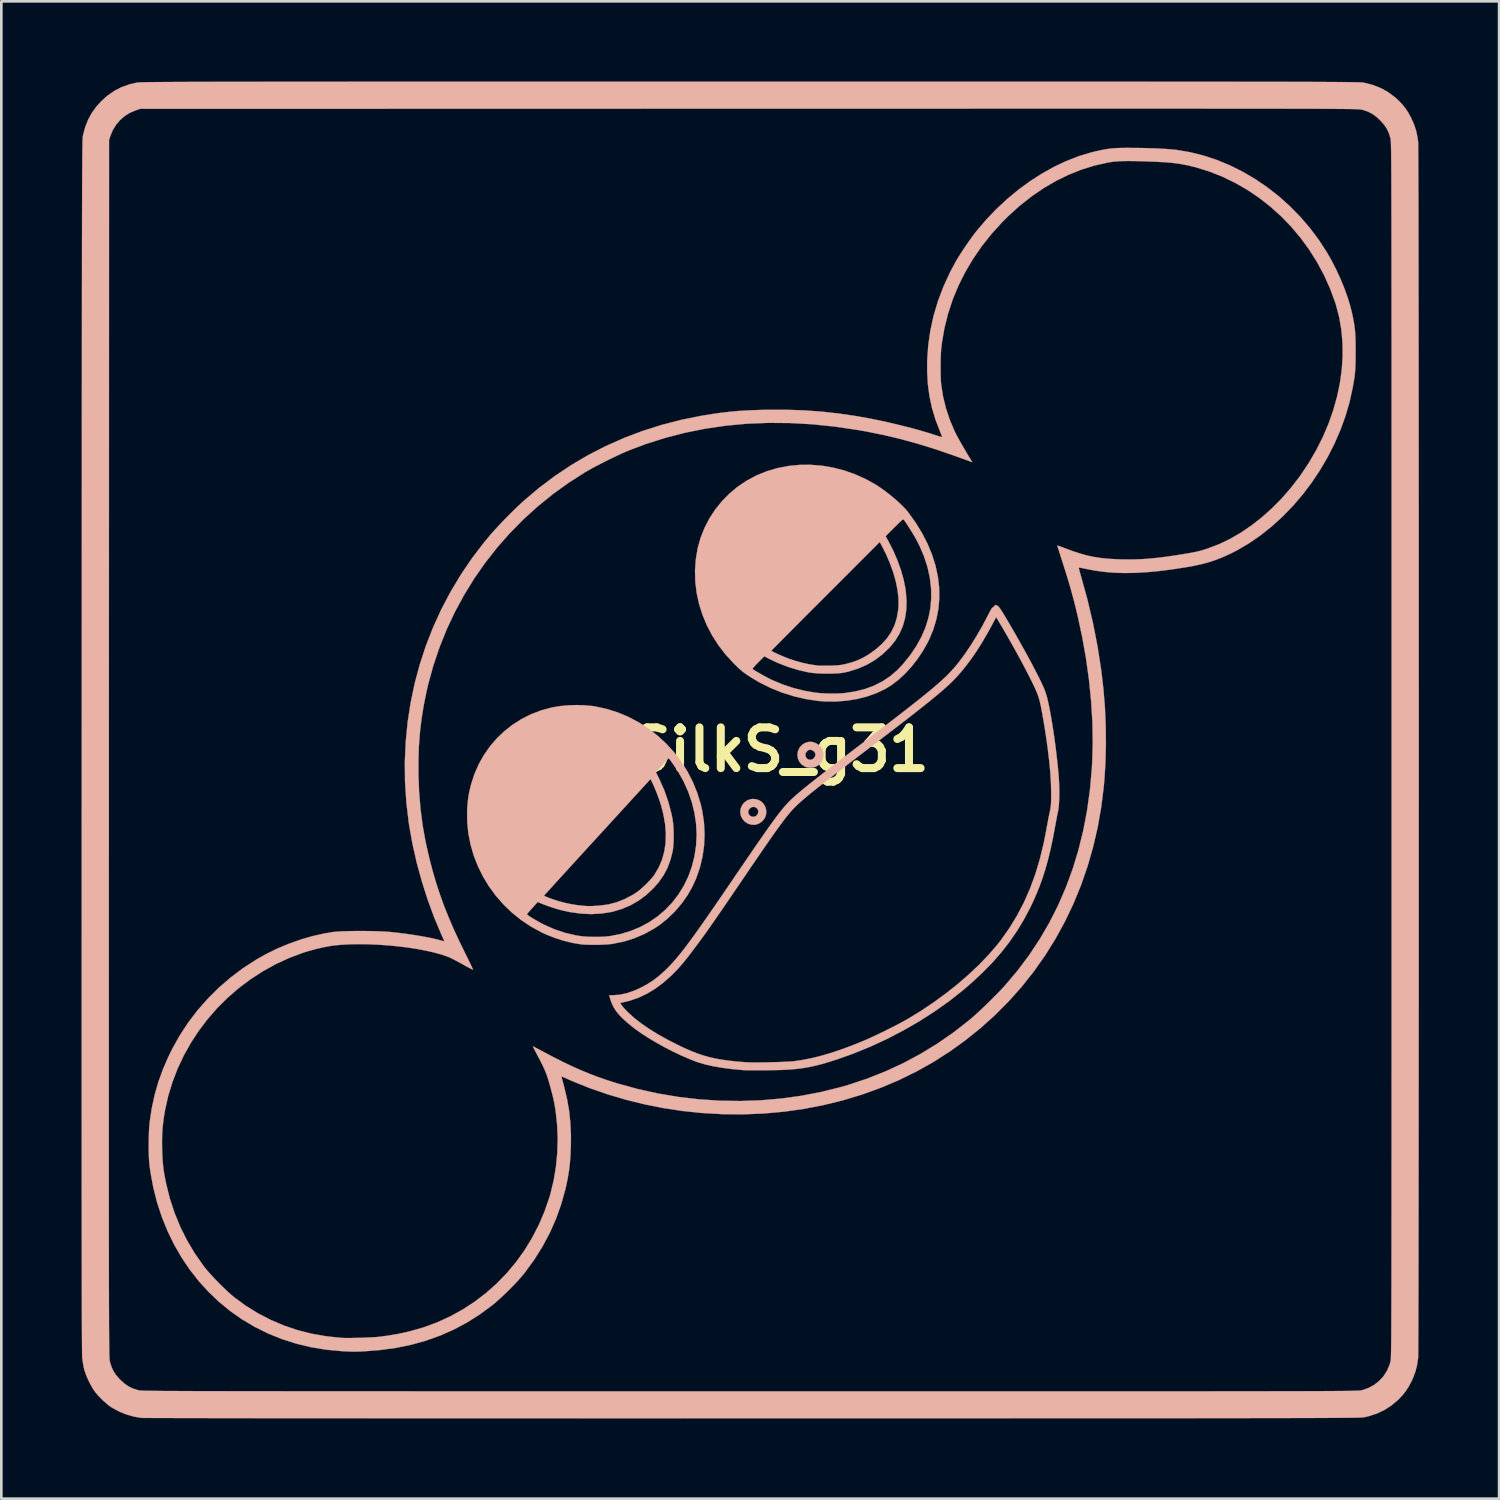
<source format=kicad_pcb>
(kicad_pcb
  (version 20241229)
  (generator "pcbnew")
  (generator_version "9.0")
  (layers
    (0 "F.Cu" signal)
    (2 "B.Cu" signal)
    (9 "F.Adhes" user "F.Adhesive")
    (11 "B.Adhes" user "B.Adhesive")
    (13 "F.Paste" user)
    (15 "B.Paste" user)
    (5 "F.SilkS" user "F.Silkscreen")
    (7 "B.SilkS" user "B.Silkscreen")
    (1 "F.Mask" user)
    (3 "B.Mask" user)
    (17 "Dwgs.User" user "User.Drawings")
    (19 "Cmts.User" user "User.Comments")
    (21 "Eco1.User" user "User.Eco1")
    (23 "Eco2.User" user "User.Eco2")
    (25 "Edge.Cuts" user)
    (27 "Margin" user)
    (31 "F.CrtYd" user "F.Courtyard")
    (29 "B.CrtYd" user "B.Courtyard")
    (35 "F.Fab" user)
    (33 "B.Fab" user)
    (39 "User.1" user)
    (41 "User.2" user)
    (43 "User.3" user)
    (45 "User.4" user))
  (footprint "B.SilkS_g31"
    (layer "F.Cu")
    (at 25 24.992)
    (property "Reference" "B.SilkS_g31" (at 0 0 0) (layer "F.SilkS") (effects (font (size 1.524 1.524) (thickness 0.3))))
    (attr through_hole)
    (fp_poly (pts (xy 0.268 1.861) (xy 0.385 1.912) (xy 0.481 1.99) (xy 0.552 2.088) (xy 0.598 2.201) (xy 0.615 2.321) (xy 0.601 2.443) (xy 0.555 2.56) (xy 0.473 2.667) (xy 0.443 2.695) (xy 0.322 2.773) (xy 0.192 2.81) (xy 0.055 2.806) (xy -0.076 2.765) (xy -0.193 2.689) (xy -0.28 2.59) (xy -0.336 2.475) (xy -0.359 2.35) (xy -0.357 2.322) (xy -0.064 2.322) (xy -0.046 2.405) (xy 0.001 2.467) (xy 0.066 2.505) (xy 0.141 2.513) (xy 0.216 2.488) (xy 0.256 2.457) (xy 0.303 2.385) (xy 0.316 2.308) (xy 0.296 2.236) (xy 0.248 2.178) (xy 0.176 2.144) (xy 0.131 2.139) (xy 0.059 2.156) (xy -0.005 2.202) (xy -0.05 2.265) (xy -0.064 2.322) (xy -0.357 2.322) (xy -0.349 2.223) (xy -0.305 2.101) (xy -0.225 1.99) (xy -0.209 1.975) (xy -0.095 1.893) (xy 0.034 1.85) (xy 0.132 1.842) (xy 0.268 1.861)) (stroke (width 0.01) (type solid)) (fill yes) (layer "B.SilkS"))
    (fp_poly (pts (xy 2.376 -0.28) (xy 2.483 -0.237) (xy 2.579 -0.175) (xy 2.639 -0.118) (xy 2.71 -0.001) (xy 2.745 0.126) (xy 2.745 0.256) (xy 2.712 0.381) (xy 2.647 0.494) (xy 2.552 0.587) (xy 2.466 0.638) (xy 2.358 0.668) (xy 2.236 0.675) (xy 2.118 0.657) (xy 2.064 0.637) (xy 1.941 0.56) (xy 1.852 0.456) (xy 1.797 0.33) (xy 1.779 0.191) (xy 1.78 0.18) (xy 2.074 0.18) (xy 2.074 0.18) (xy 2.091 0.268) (xy 2.136 0.334) (xy 2.2 0.372) (xy 2.274 0.38) (xy 2.351 0.353) (xy 2.393 0.319) (xy 2.441 0.247) (xy 2.452 0.171) (xy 2.428 0.1) (xy 2.374 0.043) (xy 2.293 0.009) (xy 2.282 0.007) (xy 2.226 0.004) (xy 2.184 0.02) (xy 2.139 0.059) (xy 2.092 0.121) (xy 2.074 0.18) (xy 1.78 0.18) (xy 1.798 0.052) (xy 1.854 -0.07) (xy 1.939 -0.17) (xy 2.05 -0.245) (xy 2.181 -0.288) (xy 2.278 -0.296) (xy 2.376 -0.28)) (stroke (width 0.01) (type solid)) (fill yes) (layer "B.SilkS"))
    (fp_poly (pts (xy -6.156 -1.659) (xy -5.868 -1.63) (xy -5.8 -1.62) (xy -5.366 -1.526) (xy -4.946 -1.394) (xy -4.542 -1.226) (xy -4.157 -1.022) (xy -3.791 -0.787) (xy -3.448 -0.52) (xy -3.129 -0.225) (xy -2.837 0.096) (xy -2.572 0.443) (xy -2.339 0.811) (xy -2.138 1.201) (xy -1.971 1.609) (xy -1.841 2.033) (xy -1.781 2.297) (xy -1.717 2.723) (xy -1.695 3.15) (xy -1.712 3.574) (xy -1.77 3.992) (xy -1.867 4.401) (xy -2.003 4.798) (xy -2.149 5.122) (xy -2.332 5.444) (xy -2.55 5.753) (xy -2.797 6.043) (xy -3.069 6.309) (xy -3.359 6.543) (xy -3.572 6.687) (xy -3.939 6.89) (xy -4.32 7.054) (xy -4.715 7.177) (xy -5.125 7.261) (xy -5.183 7.269) (xy -5.306 7.282) (xy -5.46 7.292) (xy -5.632 7.298) (xy -5.812 7.3) (xy -5.989 7.298) (xy -6.151 7.293) (xy -6.288 7.284) (xy -6.339 7.278) (xy -6.647 7.225) (xy -6.971 7.145) (xy -7.297 7.04) (xy -7.612 6.917) (xy -7.792 6.834) (xy -8.185 6.62) (xy -8.554 6.374) (xy -8.824 6.156) (xy -8.34 6.156) (xy -8.322 6.176) (xy -8.273 6.212) (xy -8.2 6.261) (xy -8.108 6.317) (xy -8.005 6.379) (xy -7.895 6.441) (xy -7.787 6.501) (xy -7.685 6.553) (xy -7.684 6.554) (xy -7.308 6.719) (xy -6.917 6.85) (xy -6.519 6.944) (xy -6.329 6.974) (xy -6.173 6.99) (xy -5.991 7) (xy -5.796 7.003) (xy -5.6 7.001) (xy -5.417 6.992) (xy -5.26 6.977) (xy -5.231 6.973) (xy -4.832 6.895) (xy -4.452 6.779) (xy -4.093 6.629) (xy -3.757 6.445) (xy -3.444 6.23) (xy -3.158 5.985) (xy -2.899 5.711) (xy -2.669 5.411) (xy -2.47 5.087) (xy -2.302 4.739) (xy -2.169 4.37) (xy -2.072 3.981) (xy -2.012 3.58) (xy -1.992 3.176) (xy -2.013 2.768) (xy -2.074 2.361) (xy -2.174 1.957) (xy -2.312 1.56) (xy -2.487 1.172) (xy -2.698 0.798) (xy -2.907 0.49) (xy -3.037 0.314) (xy -3.161 0.448) (xy -3.238 0.533) (xy -3.323 0.627) (xy -3.398 0.711) (xy -3.4 0.713) (xy -3.516 0.843) (xy -3.401 1.072) (xy -3.207 1.504) (xy -3.05 1.953) (xy -2.93 2.411) (xy -2.896 2.582) (xy -2.872 2.75) (xy -2.857 2.943) (xy -2.849 3.147) (xy -2.85 3.352) (xy -2.859 3.546) (xy -2.876 3.716) (xy -2.888 3.789) (xy -2.968 4.113) (xy -3.078 4.412) (xy -3.223 4.689) (xy -3.403 4.949) (xy -3.608 5.183) (xy -3.876 5.434) (xy -4.161 5.646) (xy -4.464 5.82) (xy -4.786 5.957) (xy -5.13 6.059) (xy -5.192 6.073) (xy -5.559 6.131) (xy -5.939 6.151) (xy -6.333 6.131) (xy -6.742 6.073) (xy -7.019 6.012) (xy -7.186 5.968) (xy -7.369 5.911) (xy -7.555 5.849) (xy -7.726 5.785) (xy -7.836 5.74) (xy -7.935 5.696) (xy -8.137 5.92) (xy -8.21 6) (xy -8.271 6.07) (xy -8.315 6.123) (xy -8.338 6.152) (xy -8.34 6.156) (xy -8.824 6.156) (xy -8.897 6.098) (xy -9.212 5.796) (xy -9.499 5.469) (xy -9.506 5.459) (xy -7.7 5.459) (xy -7.684 5.473) (xy -7.634 5.496) (xy -7.559 5.527) (xy -7.464 5.562) (xy -7.357 5.6) (xy -7.245 5.637) (xy -7.136 5.671) (xy -7.101 5.682) (xy -6.901 5.733) (xy -6.688 5.778) (xy -6.472 5.813) (xy -6.264 5.838) (xy -6.073 5.851) (xy -5.91 5.851) (xy -5.895 5.85) (xy -5.821 5.845) (xy -5.725 5.839) (xy -5.625 5.832) (xy -5.613 5.831) (xy -5.299 5.79) (xy -4.986 5.708) (xy -4.68 5.588) (xy -4.385 5.432) (xy -4.264 5.355) (xy -4.14 5.263) (xy -4.006 5.148) (xy -3.87 5.02) (xy -3.743 4.889) (xy -3.636 4.764) (xy -3.577 4.686) (xy -3.414 4.413) (xy -3.289 4.122) (xy -3.202 3.814) (xy -3.153 3.488) (xy -3.143 3.145) (xy -3.171 2.785) (xy -3.238 2.408) (xy -3.312 2.119) (xy -3.393 1.864) (xy -3.492 1.598) (xy -3.601 1.339) (xy -3.636 1.263) (xy -3.715 1.097) (xy -5.704 3.271) (xy -5.941 3.529) (xy -6.169 3.779) (xy -6.388 4.018) (xy -6.595 4.245) (xy -6.79 4.459) (xy -6.97 4.656) (xy -7.135 4.836) (xy -7.281 4.997) (xy -7.409 5.137) (xy -7.515 5.254) (xy -7.599 5.347) (xy -7.658 5.413) (xy -7.692 5.451) (xy -7.7 5.459) (xy -9.506 5.459) (xy -9.755 5.12) (xy -9.98 4.752) (xy -10.171 4.366) (xy -10.328 3.966) (xy -10.448 3.554) (xy -10.531 3.132) (xy -10.574 2.703) (xy -10.577 2.298) (xy -10.563 2.054) (xy -10.54 1.835) (xy -10.506 1.624) (xy -10.457 1.406) (xy -10.434 1.315) (xy -10.309 0.925) (xy -10.148 0.555) (xy -9.953 0.206) (xy -9.726 -0.12) (xy -9.469 -0.42) (xy -9.184 -0.693) (xy -8.873 -0.936) (xy -8.539 -1.148) (xy -8.183 -1.327) (xy -7.808 -1.47) (xy -7.415 -1.576) (xy -7.377 -1.584) (xy -7.089 -1.631) (xy -6.78 -1.66) (xy -6.465 -1.669) (xy -6.156 -1.659)) (stroke (width 0.01) (type solid)) (fill yes) (layer "B.SilkS"))
    (fp_poly (pts (xy 2.694 -10.622) (xy 3.116 -10.551) (xy 3.535 -10.442) (xy 3.946 -10.296) (xy 4.348 -10.114) (xy 4.699 -9.918) (xy 4.876 -9.803) (xy 5.061 -9.671) (xy 5.247 -9.527) (xy 5.428 -9.376) (xy 5.596 -9.226) (xy 5.744 -9.082) (xy 5.866 -8.95) (xy 5.913 -8.892) (xy 6.198 -8.495) (xy 6.444 -8.094) (xy 6.651 -7.69) (xy 6.818 -7.284) (xy 6.945 -6.878) (xy 7.032 -6.472) (xy 7.079 -6.069) (xy 7.086 -5.669) (xy 7.052 -5.272) (xy 6.977 -4.882) (xy 6.862 -4.498) (xy 6.705 -4.121) (xy 6.654 -4.017) (xy 6.473 -3.695) (xy 6.269 -3.39) (xy 6.046 -3.105) (xy 5.808 -2.846) (xy 5.559 -2.615) (xy 5.303 -2.419) (xy 5.068 -2.274) (xy 4.738 -2.117) (xy 4.384 -1.99) (xy 4.008 -1.895) (xy 3.617 -1.832) (xy 3.215 -1.801) (xy 2.808 -1.804) (xy 2.561 -1.823) (xy 2.104 -1.89) (xy 1.647 -1.996) (xy 1.196 -2.138) (xy 0.758 -2.316) (xy 0.34 -2.525) (xy 0.041 -2.704) (xy -0.084 -2.786) (xy -0.187 -2.856) (xy -0.275 -2.923) (xy -0.361 -2.995) (xy -0.391 -3.023) (xy 0.098 -3.023) (xy 0.123 -3.002) (xy 0.178 -2.965) (xy 0.257 -2.917) (xy 0.354 -2.861) (xy 0.46 -2.8) (xy 0.57 -2.74) (xy 0.676 -2.683) (xy 0.771 -2.634) (xy 0.83 -2.606) (xy 1.219 -2.443) (xy 1.626 -2.307) (xy 2.04 -2.203) (xy 2.449 -2.133) (xy 2.482 -2.129) (xy 2.653 -2.113) (xy 2.848 -2.103) (xy 3.053 -2.099) (xy 3.254 -2.1) (xy 3.438 -2.108) (xy 3.552 -2.118) (xy 3.942 -2.178) (xy 4.305 -2.27) (xy 4.643 -2.395) (xy 4.956 -2.553) (xy 5.244 -2.745) (xy 5.511 -2.972) (xy 5.713 -3.184) (xy 5.99 -3.526) (xy 6.224 -3.872) (xy 6.418 -4.222) (xy 6.57 -4.577) (xy 6.682 -4.939) (xy 6.749 -5.281) (xy 6.784 -5.659) (xy 6.777 -6.045) (xy 6.73 -6.434) (xy 6.644 -6.827) (xy 6.518 -7.219) (xy 6.353 -7.608) (xy 6.202 -7.902) (xy 6.15 -7.992) (xy 6.087 -8.097) (xy 6.018 -8.209) (xy 5.948 -8.32) (xy 5.881 -8.423) (xy 5.822 -8.511) (xy 5.776 -8.576) (xy 5.749 -8.609) (xy 5.734 -8.612) (xy 5.707 -8.598) (xy 5.663 -8.564) (xy 5.601 -8.507) (xy 5.516 -8.425) (xy 5.405 -8.316) (xy 5.401 -8.311) (xy 5.077 -7.986) (xy 5.193 -7.777) (xy 5.367 -7.434) (xy 5.52 -7.081) (xy 5.648 -6.725) (xy 5.747 -6.375) (xy 5.816 -6.038) (xy 5.831 -5.936) (xy 5.86 -5.58) (xy 5.852 -5.243) (xy 5.806 -4.926) (xy 5.722 -4.627) (xy 5.6 -4.347) (xy 5.441 -4.084) (xy 5.243 -3.84) (xy 5.209 -3.804) (xy 4.948 -3.558) (xy 4.669 -3.348) (xy 4.368 -3.173) (xy 4.043 -3.032) (xy 3.692 -2.922) (xy 3.535 -2.886) (xy 3.414 -2.867) (xy 3.261 -2.853) (xy 3.085 -2.846) (xy 2.896 -2.844) (xy 2.704 -2.847) (xy 2.518 -2.856) (xy 2.347 -2.871) (xy 2.202 -2.89) (xy 2.178 -2.895) (xy 1.794 -2.984) (xy 1.408 -3.103) (xy 1.036 -3.249) (xy 0.744 -3.386) (xy 0.54 -3.492) (xy 0.313 -3.266) (xy 0.235 -3.187) (xy 0.17 -3.117) (xy 0.123 -3.063) (xy 0.1 -3.03) (xy 0.098 -3.023) (xy -0.391 -3.023) (xy -0.452 -3.079) (xy -0.56 -3.184) (xy -0.594 -3.217) (xy -0.9 -3.549) (xy -1.019 -3.702) (xy 0.804 -3.702) (xy 0.823 -3.686) (xy 0.874 -3.658) (xy 0.95 -3.62) (xy 1.044 -3.577) (xy 1.15 -3.529) (xy 1.259 -3.482) (xy 1.367 -3.438) (xy 1.464 -3.401) (xy 1.524 -3.379) (xy 1.729 -3.315) (xy 1.938 -3.257) (xy 2.138 -3.211) (xy 2.315 -3.178) (xy 2.328 -3.177) (xy 2.413 -3.164) (xy 2.488 -3.153) (xy 2.538 -3.145) (xy 2.54 -3.145) (xy 2.578 -3.142) (xy 2.65 -3.141) (xy 2.749 -3.141) (xy 2.866 -3.141) (xy 2.974 -3.143) (xy 3.128 -3.147) (xy 3.25 -3.153) (xy 3.352 -3.162) (xy 3.443 -3.175) (xy 3.534 -3.193) (xy 3.577 -3.203) (xy 3.826 -3.271) (xy 4.049 -3.352) (xy 4.258 -3.452) (xy 4.465 -3.577) (xy 4.681 -3.732) (xy 4.688 -3.737) (xy 4.926 -3.942) (xy 5.125 -4.161) (xy 5.285 -4.395) (xy 5.408 -4.647) (xy 5.495 -4.92) (xy 5.546 -5.215) (xy 5.559 -5.364) (xy 5.558 -5.65) (xy 5.526 -5.957) (xy 5.461 -6.281) (xy 5.367 -6.617) (xy 5.244 -6.961) (xy 5.094 -7.309) (xy 4.989 -7.52) (xy 4.859 -7.77) (xy 2.832 -5.742) (xy 2.588 -5.498) (xy 2.352 -5.263) (xy 2.127 -5.037) (xy 1.914 -4.823) (xy 1.714 -4.622) (xy 1.529 -4.436) (xy 1.361 -4.268) (xy 1.212 -4.118) (xy 1.084 -3.988) (xy 0.977 -3.88) (xy 0.895 -3.796) (xy 0.838 -3.738) (xy 0.808 -3.707) (xy 0.804 -3.702) (xy -1.019 -3.702) (xy -1.172 -3.9) (xy -1.409 -4.268) (xy -1.61 -4.651) (xy -1.774 -5.046) (xy -1.902 -5.451) (xy -1.991 -5.863) (xy -2.042 -6.279) (xy -2.053 -6.698) (xy -2.023 -7.117) (xy -1.953 -7.533) (xy -1.95 -7.546) (xy -1.842 -7.93) (xy -1.696 -8.298) (xy -1.514 -8.65) (xy -1.298 -8.981) (xy -1.049 -9.29) (xy -0.771 -9.574) (xy -0.465 -9.83) (xy -0.133 -10.055) (xy 0.222 -10.246) (xy 0.244 -10.257) (xy 0.627 -10.413) (xy 1.025 -10.531) (xy 1.433 -10.611) (xy 1.849 -10.652) (xy 2.27 -10.656) (xy 2.694 -10.622)) (stroke (width 0.01) (type solid)) (fill yes) (layer "B.SilkS"))
    (fp_poly (pts (xy 9.24 -5.395) (xy 9.266 -5.38) (xy 9.293 -5.357) (xy 9.324 -5.324) (xy 9.36 -5.277) (xy 9.404 -5.212) (xy 9.459 -5.126) (xy 9.526 -5.015) (xy 9.609 -4.876) (xy 9.709 -4.705) (xy 9.762 -4.614) (xy 9.94 -4.307) (xy 10.112 -4.003) (xy 10.276 -3.709) (xy 10.431 -3.426) (xy 10.573 -3.16) (xy 10.702 -2.913) (xy 10.815 -2.69) (xy 10.911 -2.494) (xy 10.986 -2.33) (xy 10.999 -2.299) (xy 11.038 -2.199) (xy 11.079 -2.079) (xy 11.114 -1.961) (xy 11.122 -1.929) (xy 11.169 -1.728) (xy 11.217 -1.491) (xy 11.266 -1.224) (xy 11.314 -0.935) (xy 11.362 -0.629) (xy 11.406 -0.313) (xy 11.448 0.007) (xy 11.485 0.324) (xy 11.518 0.632) (xy 11.545 0.924) (xy 11.559 1.111) (xy 11.568 1.287) (xy 11.573 1.471) (xy 11.574 1.656) (xy 11.57 1.834) (xy 11.563 1.998) (xy 11.552 2.14) (xy 11.537 2.251) (xy 11.528 2.297) (xy 11.515 2.357) (xy 11.496 2.45) (xy 11.473 2.568) (xy 11.448 2.701) (xy 11.423 2.84) (xy 11.42 2.857) (xy 11.335 3.309) (xy 11.247 3.725) (xy 11.153 4.11) (xy 11.053 4.47) (xy 10.944 4.812) (xy 10.824 5.141) (xy 10.692 5.463) (xy 10.546 5.784) (xy 10.492 5.896) (xy 10.257 6.342) (xy 10.001 6.767) (xy 9.721 7.176) (xy 9.413 7.572) (xy 9.075 7.959) (xy 8.703 8.34) (xy 8.295 8.719) (xy 7.959 9.008) (xy 7.449 9.41) (xy 6.904 9.796) (xy 6.331 10.163) (xy 5.735 10.506) (xy 5.122 10.824) (xy 4.497 11.113) (xy 3.867 11.369) (xy 3.556 11.482) (xy 3.237 11.592) (xy 2.949 11.684) (xy 2.685 11.762) (xy 2.436 11.825) (xy 2.196 11.876) (xy 1.957 11.916) (xy 1.711 11.946) (xy 1.451 11.967) (xy 1.169 11.981) (xy 0.858 11.988) (xy 0.656 11.991) (xy 0.475 11.992) (xy 0.302 11.992) (xy 0.145 11.992) (xy 0.008 11.992) (xy -0.103 11.991) (xy -0.182 11.99) (xy -0.222 11.988) (xy -0.647 11.95) (xy -1.034 11.9) (xy -1.384 11.839) (xy -1.694 11.768) (xy -1.964 11.687) (xy -2.021 11.667) (xy -2.307 11.553) (xy -2.607 11.421) (xy -2.914 11.273) (xy -3.221 11.114) (xy -3.519 10.947) (xy -3.803 10.778) (xy -4.064 10.609) (xy -4.294 10.446) (xy -4.386 10.375) (xy -4.585 10.211) (xy -4.751 10.062) (xy -4.886 9.923) (xy -4.996 9.789) (xy -5.084 9.655) (xy -5.154 9.516) (xy -5.169 9.475) (xy -4.844 9.475) (xy -4.84 9.495) (xy -4.811 9.539) (xy -4.764 9.601) (xy -4.704 9.672) (xy -4.635 9.747) (xy -4.569 9.815) (xy -4.33 10.032) (xy -4.057 10.245) (xy -3.748 10.457) (xy -3.402 10.669) (xy -3.017 10.881) (xy -2.722 11.031) (xy -2.459 11.157) (xy -2.215 11.264) (xy -1.984 11.356) (xy -1.757 11.434) (xy -1.529 11.498) (xy -1.292 11.552) (xy -1.04 11.597) (xy -0.766 11.635) (xy -0.462 11.667) (xy -0.159 11.692) (xy -0.067 11.696) (xy 0.06 11.699) (xy 0.214 11.7) (xy 0.389 11.699) (xy 0.577 11.697) (xy 0.771 11.693) (xy 0.964 11.688) (xy 1.149 11.682) (xy 1.318 11.675) (xy 1.466 11.668) (xy 1.583 11.66) (xy 1.651 11.653) (xy 1.977 11.605) (xy 2.31 11.539) (xy 2.654 11.454) (xy 3.013 11.349) (xy 3.393 11.223) (xy 3.797 11.074) (xy 4.231 10.9) (xy 4.233 10.899) (xy 4.39 10.832) (xy 4.575 10.747) (xy 4.78 10.651) (xy 4.996 10.546) (xy 5.214 10.438) (xy 5.427 10.33) (xy 5.625 10.226) (xy 5.801 10.131) (xy 5.937 10.053) (xy 6.422 9.756) (xy 6.893 9.438) (xy 7.349 9.105) (xy 7.783 8.759) (xy 8.194 8.403) (xy 8.576 8.041) (xy 8.927 7.676) (xy 9.241 7.312) (xy 9.39 7.123) (xy 9.708 6.672) (xy 9.996 6.2) (xy 10.254 5.706) (xy 10.482 5.187) (xy 10.682 4.641) (xy 10.853 4.067) (xy 10.998 3.463) (xy 11.081 3.037) (xy 11.108 2.886) (xy 11.138 2.728) (xy 11.167 2.575) (xy 11.194 2.441) (xy 11.213 2.349) (xy 11.233 2.256) (xy 11.247 2.175) (xy 11.257 2.097) (xy 11.264 2.014) (xy 11.268 1.915) (xy 11.27 1.793) (xy 11.27 1.638) (xy 11.27 1.63) (xy 11.262 1.261) (xy 11.237 0.854) (xy 11.195 0.409) (xy 11.137 -0.073) (xy 11.063 -0.593) (xy 10.995 -1.014) (xy 10.955 -1.246) (xy 10.92 -1.441) (xy 10.888 -1.607) (xy 10.857 -1.751) (xy 10.824 -1.877) (xy 10.789 -1.992) (xy 10.749 -2.103) (xy 10.702 -2.216) (xy 10.648 -2.337) (xy 10.583 -2.472) (xy 10.552 -2.536) (xy 10.428 -2.783) (xy 10.285 -3.057) (xy 10.129 -3.351) (xy 9.963 -3.655) (xy 9.792 -3.963) (xy 9.62 -4.265) (xy 9.453 -4.554) (xy 9.318 -4.78) (xy 9.212 -4.957) (xy 9.09 -4.727) (xy 8.888 -4.358) (xy 8.693 -4.023) (xy 8.5 -3.716) (xy 8.305 -3.43) (xy 8.104 -3.16) (xy 7.909 -2.919) (xy 7.836 -2.833) (xy 7.76 -2.747) (xy 7.679 -2.661) (xy 7.592 -2.572) (xy 7.497 -2.479) (xy 7.392 -2.381) (xy 7.275 -2.276) (xy 7.145 -2.163) (xy 6.999 -2.04) (xy 6.837 -1.906) (xy 6.656 -1.76) (xy 6.455 -1.599) (xy 6.231 -1.422) (xy 5.984 -1.229) (xy 5.71 -1.017) (xy 5.409 -0.785) (xy 5.079 -0.532) (xy 4.718 -0.256) (xy 4.466 -0.064) (xy 4.11 0.208) (xy 3.785 0.456) (xy 3.49 0.682) (xy 3.224 0.887) (xy 2.984 1.072) (xy 2.768 1.24) (xy 2.575 1.391) (xy 2.403 1.528) (xy 2.25 1.651) (xy 2.115 1.764) (xy 1.995 1.866) (xy 1.888 1.96) (xy 1.793 2.047) (xy 1.708 2.129) (xy 1.631 2.207) (xy 1.56 2.283) (xy 1.494 2.358) (xy 1.43 2.435) (xy 1.366 2.514) (xy 1.302 2.597) (xy 1.235 2.685) (xy 1.225 2.699) (xy 1.129 2.828) (xy 1.02 2.978) (xy 0.897 3.15) (xy 0.76 3.346) (xy 0.605 3.569) (xy 0.432 3.82) (xy 0.239 4.102) (xy 0.024 4.416) (xy -0.034 4.502) (xy -0.264 4.841) (xy -0.473 5.148) (xy -0.661 5.424) (xy -0.831 5.673) (xy -0.984 5.897) (xy -1.123 6.099) (xy -1.248 6.28) (xy -1.361 6.443) (xy -1.465 6.592) (xy -1.56 6.727) (xy -1.65 6.853) (xy -1.734 6.971) (xy -1.816 7.084) (xy -1.897 7.194) (xy -1.979 7.304) (xy -2.063 7.416) (xy -2.065 7.419) (xy -2.218 7.621) (xy -2.351 7.794) (xy -2.471 7.943) (xy -2.582 8.074) (xy -2.688 8.194) (xy -2.796 8.307) (xy -2.909 8.42) (xy -2.956 8.467) (xy -3.244 8.721) (xy -3.544 8.943) (xy -3.853 9.129) (xy -4.167 9.277) (xy -4.482 9.387) (xy -4.633 9.425) (xy -4.72 9.445) (xy -4.79 9.461) (xy -4.834 9.472) (xy -4.844 9.475) (xy -5.169 9.475) (xy -5.21 9.368) (xy -5.217 9.343) (xy -5.266 9.186) (xy -5.125 9.186) (xy -4.866 9.166) (xy -4.593 9.106) (xy -4.307 9.006) (xy -4.075 8.9) (xy -3.841 8.774) (xy -3.626 8.636) (xy -3.418 8.477) (xy -3.207 8.291) (xy -3.15 8.237) (xy -3.062 8.15) (xy -2.973 8.058) (xy -2.882 7.96) (xy -2.788 7.854) (xy -2.69 7.737) (xy -2.585 7.609) (xy -2.473 7.466) (xy -2.352 7.307) (xy -2.221 7.13) (xy -2.077 6.933) (xy -1.921 6.714) (xy -1.75 6.472) (xy -1.563 6.204) (xy -1.358 5.908) (xy -1.135 5.584) (xy -0.891 5.227) (xy -0.626 4.838) (xy -0.596 4.794) (xy -0.351 4.434) (xy -0.128 4.107) (xy 0.075 3.811) (xy 0.258 3.545) (xy 0.424 3.306) (xy 0.572 3.093) (xy 0.706 2.904) (xy 0.826 2.736) (xy 0.934 2.588) (xy 1.031 2.458) (xy 1.119 2.344) (xy 1.198 2.245) (xy 1.271 2.157) (xy 1.338 2.079) (xy 1.401 2.01) (xy 1.462 1.947) (xy 1.471 1.937) (xy 1.54 1.87) (xy 1.617 1.798) (xy 1.705 1.72) (xy 1.804 1.633) (xy 1.918 1.537) (xy 2.048 1.43) (xy 2.196 1.311) (xy 2.364 1.177) (xy 2.553 1.028) (xy 2.765 0.863) (xy 3.003 0.679) (xy 3.267 0.475) (xy 3.561 0.25) (xy 3.885 0.002) (xy 4.138 -0.19) (xy 4.529 -0.489) (xy 4.888 -0.763) (xy 5.216 -1.015) (xy 5.516 -1.245) (xy 5.788 -1.456) (xy 6.036 -1.65) (xy 6.259 -1.826) (xy 6.461 -1.987) (xy 6.642 -2.134) (xy 6.806 -2.269) (xy 6.952 -2.393) (xy 7.083 -2.508) (xy 7.201 -2.614) (xy 7.308 -2.714) (xy 7.405 -2.809) (xy 7.493 -2.9) (xy 7.575 -2.989) (xy 7.653 -3.077) (xy 7.727 -3.165) (xy 7.8 -3.256) (xy 7.812 -3.27) (xy 8.034 -3.567) (xy 8.258 -3.897) (xy 8.48 -4.253) (xy 8.695 -4.626) (xy 8.897 -5.009) (xy 8.935 -5.085) (xy 8.981 -5.174) (xy 9.022 -5.246) (xy 9.054 -5.295) (xy 9.073 -5.313) (xy 9.073 -5.313) (xy 9.102 -5.328) (xy 9.137 -5.366) (xy 9.139 -5.369) (xy 9.17 -5.405) (xy 9.199 -5.412) (xy 9.24 -5.395)) (stroke (width 0.01) (type solid)) (fill yes) (layer "B.SilkS"))
    (fp_poly (pts (xy 14.436 -22.509) (xy 14.743 -22.504) (xy 15.035 -22.496) (xy 15.306 -22.485) (xy 15.551 -22.471) (xy 15.765 -22.455) (xy 15.942 -22.437) (xy 15.95 -22.436) (xy 16.461 -22.35) (xy 16.968 -22.224) (xy 17.469 -22.058) (xy 17.96 -21.855) (xy 18.439 -21.616) (xy 18.905 -21.342) (xy 19.355 -21.036) (xy 19.787 -20.698) (xy 20.198 -20.33) (xy 20.586 -19.934) (xy 20.949 -19.512) (xy 21.284 -19.064) (xy 21.573 -18.62) (xy 21.756 -18.3) (xy 21.93 -17.962) (xy 22.09 -17.614) (xy 22.234 -17.264) (xy 22.358 -16.92) (xy 22.459 -16.59) (xy 22.53 -16.301) (xy 22.566 -16.128) (xy 22.594 -15.976) (xy 22.616 -15.837) (xy 22.632 -15.701) (xy 22.644 -15.561) (xy 22.652 -15.408) (xy 22.656 -15.235) (xy 22.658 -15.033) (xy 22.658 -14.891) (xy 22.657 -14.676) (xy 22.655 -14.495) (xy 22.65 -14.339) (xy 22.643 -14.2) (xy 22.631 -14.069) (xy 22.615 -13.938) (xy 22.594 -13.799) (xy 22.567 -13.642) (xy 22.55 -13.547) (xy 22.433 -13.01) (xy 22.278 -12.478) (xy 22.087 -11.954) (xy 21.864 -11.44) (xy 21.609 -10.939) (xy 21.324 -10.454) (xy 21.012 -9.987) (xy 20.675 -9.542) (xy 20.313 -9.119) (xy 19.93 -8.724) (xy 19.527 -8.357) (xy 19.107 -8.021) (xy 18.671 -7.72) (xy 18.22 -7.456) (xy 17.981 -7.334) (xy 17.71 -7.21) (xy 17.446 -7.105) (xy 17.178 -7.016) (xy 16.897 -6.94) (xy 16.592 -6.874) (xy 16.338 -6.828) (xy 15.811 -6.746) (xy 15.317 -6.683) (xy 14.855 -6.639) (xy 14.421 -6.614) (xy 14.01 -6.608) (xy 13.621 -6.62) (xy 13.248 -6.651) (xy 12.889 -6.701) (xy 12.555 -6.766) (xy 12.46 -6.786) (xy 12.381 -6.801) (xy 12.326 -6.808) (xy 12.304 -6.808) (xy 12.306 -6.785) (xy 12.318 -6.729) (xy 12.339 -6.649) (xy 12.366 -6.554) (xy 12.368 -6.547) (xy 12.618 -5.65) (xy 12.832 -4.746) (xy 13.008 -3.841) (xy 13.147 -2.94) (xy 13.227 -2.244) (xy 13.281 -1.574) (xy 13.311 -0.892) (xy 13.318 -0.209) (xy 13.301 0.465) (xy 13.261 1.119) (xy 13.238 1.376) (xy 13.142 2.151) (xy 13.008 2.91) (xy 12.836 3.652) (xy 12.627 4.376) (xy 12.382 5.081) (xy 12.101 5.766) (xy 11.784 6.43) (xy 11.432 7.072) (xy 11.046 7.692) (xy 10.626 8.289) (xy 10.172 8.862) (xy 9.685 9.409) (xy 9.166 9.931) (xy 8.615 10.425) (xy 8.032 10.892) (xy 7.482 11.287) (xy 6.872 11.678) (xy 6.237 12.035) (xy 5.581 12.357) (xy 4.904 12.644) (xy 4.209 12.896) (xy 3.497 13.112) (xy 2.77 13.291) (xy 2.03 13.435) (xy 1.278 13.541) (xy 0.516 13.61) (xy -0.255 13.641) (xy -1.032 13.634) (xy -1.813 13.589) (xy -2.529 13.514) (xy -3.236 13.406) (xy -3.943 13.266) (xy -4.642 13.093) (xy -5.327 12.89) (xy -5.992 12.66) (xy -6.631 12.403) (xy -6.789 12.333) (xy -6.884 12.291) (xy -6.963 12.257) (xy -7.02 12.234) (xy -7.047 12.225) (xy -7.048 12.225) (xy -7.043 12.248) (xy -7.029 12.305) (xy -7.007 12.389) (xy -6.978 12.496) (xy -6.946 12.617) (xy -6.943 12.628) (xy -6.838 13.074) (xy -6.761 13.517) (xy -6.714 13.966) (xy -6.693 14.432) (xy -6.696 14.814) (xy -6.709 15.146) (xy -6.731 15.448) (xy -6.765 15.735) (xy -6.811 16.017) (xy -6.871 16.31) (xy -6.9 16.436) (xy -7.055 16.995) (xy -7.248 17.538) (xy -7.48 18.064) (xy -7.751 18.574) (xy -8.061 19.069) (xy -8.411 19.55) (xy -8.475 19.631) (xy -8.58 19.755) (xy -8.71 19.899) (xy -8.859 20.055) (xy -9.019 20.216) (xy -9.183 20.376) (xy -9.344 20.527) (xy -9.494 20.661) (xy -9.627 20.773) (xy -9.64 20.784) (xy -10.1 21.123) (xy -10.576 21.424) (xy -11.071 21.689) (xy -11.584 21.916) (xy -12.116 22.106) (xy -12.668 22.259) (xy -13.242 22.377) (xy -13.837 22.458) (xy -14.37 22.5) (xy -14.523 22.508) (xy -14.646 22.514) (xy -14.749 22.516) (xy -14.844 22.517) (xy -14.942 22.515) (xy -15.054 22.51) (xy -15.192 22.503) (xy -15.272 22.498) (xy -15.845 22.445) (xy -16.408 22.353) (xy -16.958 22.221) (xy -17.493 22.051) (xy -18.011 21.843) (xy -18.51 21.597) (xy -18.526 21.589) (xy -18.995 21.31) (xy -19.44 20.998) (xy -19.859 20.654) (xy -20.252 20.279) (xy -20.618 19.876) (xy -20.955 19.445) (xy -21.262 18.99) (xy -21.538 18.51) (xy -21.782 18.008) (xy -21.994 17.485) (xy -22.172 16.944) (xy -22.314 16.386) (xy -22.421 15.812) (xy -22.462 15.505) (xy -22.474 15.366) (xy -22.482 15.195) (xy -22.487 15.001) (xy -22.488 14.793) (xy -22.486 14.588) (xy -21.989 14.588) (xy -21.987 14.861) (xy -21.986 14.943) (xy -21.977 15.188) (xy -21.964 15.404) (xy -21.945 15.604) (xy -21.918 15.8) (xy -21.882 16.005) (xy -21.841 16.211) (xy -21.701 16.775) (xy -21.523 17.321) (xy -21.307 17.848) (xy -21.054 18.355) (xy -20.763 18.843) (xy -20.436 19.309) (xy -20.392 19.367) (xy -20.293 19.488) (xy -20.169 19.628) (xy -20.027 19.781) (xy -19.875 19.939) (xy -19.719 20.094) (xy -19.567 20.24) (xy -19.425 20.368) (xy -19.303 20.472) (xy -19.294 20.48) (xy -18.862 20.796) (xy -18.407 21.079) (xy -17.932 21.326) (xy -17.438 21.536) (xy -16.93 21.709) (xy -16.409 21.843) (xy -15.879 21.937) (xy -15.589 21.97) (xy -15.484 21.98) (xy -15.386 21.99) (xy -15.308 21.997) (xy -15.272 22.001) (xy -15.198 22.005) (xy -15.089 22.007) (xy -14.954 22.007) (xy -14.799 22.004) (xy -14.633 22.001) (xy -14.464 21.996) (xy -14.298 21.989) (xy -14.143 21.982) (xy -14.008 21.974) (xy -13.9 21.965) (xy -13.865 21.961) (xy -13.523 21.916) (xy -13.203 21.862) (xy -12.885 21.796) (xy -12.727 21.758) (xy -12.201 21.608) (xy -11.693 21.42) (xy -11.203 21.195) (xy -10.734 20.936) (xy -10.287 20.644) (xy -9.864 20.319) (xy -9.465 19.965) (xy -9.093 19.581) (xy -8.749 19.17) (xy -8.435 18.733) (xy -8.152 18.271) (xy -7.901 17.787) (xy -7.684 17.28) (xy -7.502 16.754) (xy -7.46 16.61) (xy -7.34 16.117) (xy -7.255 15.605) (xy -7.205 15.083) (xy -7.189 14.557) (xy -7.21 14.036) (xy -7.26 13.569) (xy -7.282 13.419) (xy -7.303 13.29) (xy -7.326 13.169) (xy -7.352 13.047) (xy -7.385 12.912) (xy -7.426 12.754) (xy -7.458 12.636) (xy -7.511 12.447) (xy -7.56 12.286) (xy -7.609 12.143) (xy -7.662 12.008) (xy -7.724 11.869) (xy -7.799 11.716) (xy -7.891 11.539) (xy -7.904 11.515) (xy -7.967 11.395) (xy -8.023 11.288) (xy -8.068 11.2) (xy -8.1 11.136) (xy -8.117 11.101) (xy -8.118 11.097) (xy -8.099 11.104) (xy -8.049 11.13) (xy -7.973 11.169) (xy -7.877 11.22) (xy -7.766 11.279) (xy -7.756 11.284) (xy -7.367 11.49) (xy -7.005 11.674) (xy -6.662 11.838) (xy -6.332 11.985) (xy -6.008 12.119) (xy -5.682 12.243) (xy -5.348 12.359) (xy -4.998 12.471) (xy -4.938 12.489) (xy -4.191 12.694) (xy -3.433 12.861) (xy -2.669 12.99) (xy -1.9 13.079) (xy -1.128 13.13) (xy -0.357 13.142) (xy 0.411 13.115) (xy 1.173 13.05) (xy 1.927 12.946) (xy 2.67 12.803) (xy 3.4 12.621) (xy 3.686 12.539) (xy 4.393 12.303) (xy 5.08 12.03) (xy 5.748 11.72) (xy 6.396 11.372) (xy 7.023 10.988) (xy 7.628 10.568) (xy 8.211 10.111) (xy 8.244 10.084) (xy 8.375 9.971) (xy 8.527 9.833) (xy 8.693 9.678) (xy 8.867 9.511) (xy 9.042 9.339) (xy 9.211 9.169) (xy 9.367 9.008) (xy 9.504 8.862) (xy 9.546 8.816) (xy 10.015 8.26) (xy 10.448 7.683) (xy 10.845 7.083) (xy 11.207 6.461) (xy 11.532 5.818) (xy 11.82 5.152) (xy 12.073 4.465) (xy 12.289 3.757) (xy 12.469 3.027) (xy 12.613 2.276) (xy 12.72 1.504) (xy 12.79 0.711) (xy 12.806 0.447) (xy 12.825 -0.291) (xy 12.811 -1.051) (xy 12.763 -1.829) (xy 12.683 -2.621) (xy 12.571 -3.424) (xy 12.427 -4.233) (xy 12.251 -5.046) (xy 12.189 -5.301) (xy 12.129 -5.542) (xy 12.069 -5.768) (xy 12.009 -5.987) (xy 11.945 -6.21) (xy 11.874 -6.444) (xy 11.795 -6.7) (xy 11.704 -6.985) (xy 11.697 -7.006) (xy 11.648 -7.16) (xy 11.603 -7.301) (xy 11.565 -7.423) (xy 11.534 -7.522) (xy 11.513 -7.593) (xy 11.503 -7.631) (xy 11.502 -7.636) (xy 11.523 -7.631) (xy 11.576 -7.613) (xy 11.652 -7.585) (xy 11.746 -7.55) (xy 11.76 -7.544) (xy 12.066 -7.43) (xy 12.347 -7.338) (xy 12.614 -7.264) (xy 12.878 -7.208) (xy 13.147 -7.167) (xy 13.434 -7.139) (xy 13.747 -7.123) (xy 13.898 -7.118) (xy 14.168 -7.115) (xy 14.429 -7.118) (xy 14.688 -7.129) (xy 14.953 -7.148) (xy 15.229 -7.175) (xy 15.524 -7.211) (xy 15.846 -7.257) (xy 16.202 -7.313) (xy 16.203 -7.313) (xy 16.382 -7.343) (xy 16.527 -7.369) (xy 16.649 -7.393) (xy 16.754 -7.416) (xy 16.853 -7.441) (xy 16.954 -7.47) (xy 17.066 -7.506) (xy 17.134 -7.528) (xy 17.546 -7.684) (xy 17.956 -7.881) (xy 18.361 -8.115) (xy 18.76 -8.386) (xy 19.148 -8.69) (xy 19.525 -9.026) (xy 19.886 -9.391) (xy 20.23 -9.784) (xy 20.553 -10.202) (xy 20.599 -10.267) (xy 20.912 -10.736) (xy 21.191 -11.217) (xy 21.437 -11.707) (xy 21.648 -12.204) (xy 21.824 -12.707) (xy 21.965 -13.211) (xy 22.071 -13.716) (xy 22.14 -14.219) (xy 22.173 -14.718) (xy 22.168 -15.21) (xy 22.126 -15.693) (xy 22.046 -16.164) (xy 21.928 -16.622) (xy 21.898 -16.717) (xy 21.705 -17.242) (xy 21.478 -17.748) (xy 21.217 -18.234) (xy 20.924 -18.699) (xy 20.602 -19.141) (xy 20.252 -19.557) (xy 19.876 -19.947) (xy 19.475 -20.308) (xy 19.052 -20.64) (xy 18.608 -20.94) (xy 18.145 -21.206) (xy 17.665 -21.438) (xy 17.17 -21.632) (xy 16.661 -21.789) (xy 16.402 -21.852) (xy 16.233 -21.887) (xy 16.063 -21.916) (xy 15.886 -21.94) (xy 15.693 -21.96) (xy 15.477 -21.976) (xy 15.23 -21.989) (xy 15.071 -21.996) (xy 14.783 -22.006) (xy 14.534 -22.014) (xy 14.317 -22.018) (xy 14.129 -22.019) (xy 13.965 -22.017) (xy 13.82 -22.012) (xy 13.69 -22.002) (xy 13.57 -21.99) (xy 13.456 -21.973) (xy 13.397 -21.963) (xy 12.9 -21.852) (xy 12.408 -21.7) (xy 11.925 -21.508) (xy 11.45 -21.275) (xy 10.986 -21.004) (xy 10.534 -20.694) (xy 10.094 -20.347) (xy 9.669 -19.963) (xy 9.44 -19.735) (xy 9.039 -19.293) (xy 8.673 -18.832) (xy 8.345 -18.355) (xy 8.054 -17.862) (xy 7.8 -17.356) (xy 7.586 -16.837) (xy 7.412 -16.307) (xy 7.277 -15.768) (xy 7.183 -15.221) (xy 7.154 -14.968) (xy 7.146 -14.852) (xy 7.14 -14.707) (xy 7.136 -14.541) (xy 7.134 -14.363) (xy 7.135 -14.184) (xy 7.137 -14.012) (xy 7.142 -13.858) (xy 7.149 -13.73) (xy 7.155 -13.663) (xy 7.225 -13.211) (xy 7.337 -12.759) (xy 7.488 -12.311) (xy 7.668 -11.89) (xy 7.712 -11.804) (xy 7.773 -11.689) (xy 7.848 -11.553) (xy 7.932 -11.405) (xy 8.021 -11.251) (xy 8.11 -11.1) (xy 8.194 -10.959) (xy 8.27 -10.836) (xy 8.293 -10.8) (xy 8.323 -10.753) (xy 8.241 -10.782) (xy 8.2 -10.797) (xy 8.124 -10.824) (xy 8.022 -10.861) (xy 7.898 -10.906) (xy 7.76 -10.955) (xy 7.631 -11.002) (xy 6.952 -11.235) (xy 6.293 -11.44) (xy 5.645 -11.618) (xy 4.999 -11.772) (xy 4.345 -11.904) (xy 4.032 -11.959) (xy 3.175 -12.085) (xy 2.333 -12.172) (xy 1.505 -12.218) (xy 0.691 -12.225) (xy -0.108 -12.193) (xy -0.893 -12.12) (xy -1.664 -12.008) (xy -2.42 -11.856) (xy -3.163 -11.664) (xy -3.892 -11.433) (xy -4.477 -11.214) (xy -4.638 -11.147) (xy -4.827 -11.063) (xy -5.034 -10.966) (xy -5.252 -10.86) (xy -5.472 -10.751) (xy -5.685 -10.642) (xy -5.882 -10.538) (xy -6.054 -10.442) (xy -6.16 -10.381) (xy -6.78 -9.984) (xy -7.374 -9.556) (xy -7.94 -9.097) (xy -8.476 -8.61) (xy -8.983 -8.095) (xy -9.459 -7.554) (xy -9.903 -6.988) (xy -10.314 -6.399) (xy -10.69 -5.787) (xy -11.033 -5.155) (xy -11.339 -4.504) (xy -11.608 -3.834) (xy -11.84 -3.148) (xy -12.033 -2.447) (xy -12.097 -2.17) (xy -12.202 -1.65) (xy -12.283 -1.144) (xy -12.343 -0.639) (xy -12.381 -0.127) (xy -12.398 0.403) (xy -12.398 0.921) (xy -12.373 1.578) (xy -12.321 2.212) (xy -12.241 2.832) (xy -12.13 3.45) (xy -11.988 4.075) (xy -11.867 4.535) (xy -11.738 4.977) (xy -11.597 5.407) (xy -11.444 5.832) (xy -11.273 6.261) (xy -11.084 6.701) (xy -10.873 7.158) (xy -10.648 7.619) (xy -10.575 7.765) (xy -10.509 7.9) (xy -10.452 8.017) (xy -10.407 8.113) (xy -10.376 8.182) (xy -10.36 8.221) (xy -10.359 8.228) (xy -10.38 8.221) (xy -10.432 8.197) (xy -10.509 8.157) (xy -10.607 8.105) (xy -10.719 8.043) (xy -10.752 8.024) (xy -10.879 7.954) (xy -11.004 7.888) (xy -11.119 7.828) (xy -11.216 7.781) (xy -11.284 7.751) (xy -11.288 7.749) (xy -11.528 7.666) (xy -11.803 7.589) (xy -12.11 7.519) (xy -12.441 7.456) (xy -12.792 7.402) (xy -13.156 7.357) (xy -13.528 7.321) (xy -13.902 7.295) (xy -14.272 7.279) (xy -14.634 7.274) (xy -14.98 7.281) (xy -15.307 7.299) (xy -15.607 7.33) (xy -15.638 7.335) (xy -15.788 7.36) (xy -15.966 7.396) (xy -16.159 7.44) (xy -16.355 7.49) (xy -16.542 7.542) (xy -16.707 7.593) (xy -16.715 7.596) (xy -17.237 7.792) (xy -17.74 8.025) (xy -18.223 8.292) (xy -18.685 8.592) (xy -19.124 8.922) (xy -19.537 9.281) (xy -19.925 9.667) (xy -20.284 10.079) (xy -20.614 10.513) (xy -20.912 10.969) (xy -21.178 11.444) (xy -21.409 11.937) (xy -21.604 12.446) (xy -21.762 12.968) (xy -21.88 13.503) (xy -21.897 13.598) (xy -21.936 13.858) (xy -21.964 14.101) (xy -21.982 14.339) (xy -21.989 14.588) (xy -22.486 14.588) (xy -22.486 14.581) (xy -22.481 14.374) (xy -22.472 14.182) (xy -22.46 14.015) (xy -22.45 13.917) (xy -22.371 13.401) (xy -22.264 12.909) (xy -22.128 12.433) (xy -21.959 11.963) (xy -21.754 11.492) (xy -21.611 11.199) (xy -21.329 10.694) (xy -21.011 10.209) (xy -20.659 9.747) (xy -20.275 9.31) (xy -19.862 8.9) (xy -19.42 8.519) (xy -18.953 8.169) (xy -18.461 7.851) (xy -18.076 7.635) (xy -17.666 7.435) (xy -17.236 7.256) (xy -16.797 7.101) (xy -16.356 6.973) (xy -15.924 6.875) (xy -15.61 6.823) (xy -15.485 6.81) (xy -15.325 6.799) (xy -15.136 6.791) (xy -14.926 6.786) (xy -14.702 6.783) (xy -14.47 6.783) (xy -14.238 6.785) (xy -14.012 6.79) (xy -13.8 6.797) (xy -13.608 6.807) (xy -13.444 6.82) (xy -13.42 6.822) (xy -13.152 6.852) (xy -12.881 6.886) (xy -12.613 6.925) (xy -12.354 6.966) (xy -12.111 7.01) (xy -11.891 7.054) (xy -11.698 7.097) (xy -11.542 7.139) (xy -11.531 7.143) (xy -11.473 7.159) (xy -11.437 7.168) (xy -11.43 7.168) (xy -11.438 7.147) (xy -11.46 7.096) (xy -11.493 7.021) (xy -11.534 6.93) (xy -11.538 6.92) (xy -11.809 6.275) (xy -12.055 5.605) (xy -12.274 4.917) (xy -12.464 4.221) (xy -12.621 3.525) (xy -12.744 2.838) (xy -12.762 2.72) (xy -12.851 1.96) (xy -12.9 1.203) (xy -12.907 0.45) (xy -12.874 -0.297) (xy -12.801 -1.037) (xy -12.688 -1.769) (xy -12.536 -2.49) (xy -12.344 -3.201) (xy -12.115 -3.899) (xy -11.847 -4.583) (xy -11.541 -5.251) (xy -11.198 -5.903) (xy -10.818 -6.537) (xy -10.402 -7.152) (xy -9.949 -7.745) (xy -9.692 -8.054) (xy -9.566 -8.196) (xy -9.416 -8.358) (xy -9.25 -8.534) (xy -9.074 -8.715) (xy -8.896 -8.893) (xy -8.723 -9.062) (xy -8.563 -9.213) (xy -8.456 -9.311) (xy -7.887 -9.792) (xy -7.295 -10.238) (xy -6.681 -10.647) (xy -6.045 -11.021) (xy -5.387 -11.358) (xy -4.709 -11.659) (xy -4.011 -11.923) (xy -3.293 -12.15) (xy -2.556 -12.34) (xy -1.801 -12.492) (xy -1.698 -12.509) (xy -1.375 -12.56) (xy -1.071 -12.603) (xy -0.777 -12.637) (xy -0.482 -12.665) (xy -0.179 -12.685) (xy 0.142 -12.7) (xy 0.491 -12.711) (xy 0.699 -12.714) (xy 1.377 -12.714) (xy 2.031 -12.692) (xy 2.673 -12.646) (xy 3.314 -12.575) (xy 3.966 -12.48) (xy 4.46 -12.392) (xy 4.777 -12.329) (xy 5.11 -12.257) (xy 5.45 -12.178) (xy 5.791 -12.094) (xy 6.123 -12.008) (xy 6.439 -11.92) (xy 6.73 -11.833) (xy 6.989 -11.75) (xy 7.026 -11.738) (xy 7.1 -11.714) (xy 7.158 -11.697) (xy 7.189 -11.692) (xy 7.191 -11.692) (xy 7.186 -11.714) (xy 7.168 -11.766) (xy 7.138 -11.841) (xy 7.106 -11.92) (xy 6.941 -12.349) (xy 6.812 -12.779) (xy 6.718 -13.216) (xy 6.658 -13.665) (xy 6.631 -14.132) (xy 6.632 -14.552) (xy 6.671 -15.119) (xy 6.751 -15.679) (xy 6.872 -16.233) (xy 7.035 -16.78) (xy 7.24 -17.321) (xy 7.486 -17.856) (xy 7.7 -18.256) (xy 7.775 -18.384) (xy 7.871 -18.535) (xy 7.979 -18.702) (xy 8.096 -18.874) (xy 8.213 -19.043) (xy 8.326 -19.2) (xy 8.427 -19.336) (xy 8.471 -19.392) (xy 8.832 -19.817) (xy 9.216 -20.218) (xy 9.619 -20.594) (xy 10.04 -20.942) (xy 10.474 -21.26) (xy 10.919 -21.546) (xy 11.373 -21.799) (xy 11.832 -22.017) (xy 12.293 -22.197) (xy 12.754 -22.337) (xy 12.933 -22.381) (xy 13.119 -22.422) (xy 13.279 -22.453) (xy 13.422 -22.476) (xy 13.562 -22.493) (xy 13.707 -22.503) (xy 13.87 -22.508) (xy 14.062 -22.51) (xy 14.118 -22.51) (xy 14.436 -22.509)) (stroke (width 0.01) (type solid)) (fill yes) (layer "B.SilkS"))
    (fp_poly (pts (xy 1.193 -24.987) (xy 2.334 -24.987) (xy 3.435 -24.987) (xy 4.495 -24.987) (xy 5.516 -24.987) (xy 6.498 -24.987) (xy 7.442 -24.987) (xy 8.349 -24.987) (xy 9.22 -24.987) (xy 10.056 -24.987) (xy 10.856 -24.987) (xy 11.623 -24.987) (xy 12.356 -24.987) (xy 13.057 -24.986) (xy 13.725 -24.986) (xy 14.363 -24.986) (xy 14.97 -24.986) (xy 15.548 -24.985) (xy 16.097 -24.985) (xy 16.617 -24.985) (xy 17.111 -24.985) (xy 17.578 -24.984) (xy 18.019 -24.984) (xy 18.435 -24.983) (xy 18.826 -24.983) (xy 19.194 -24.982) (xy 19.539 -24.982) (xy 19.862 -24.981) (xy 20.164 -24.981) (xy 20.445 -24.98) (xy 20.706 -24.979) (xy 20.948 -24.979) (xy 21.172 -24.978) (xy 21.378 -24.977) (xy 21.568 -24.976) (xy 21.741 -24.975) (xy 21.899 -24.974) (xy 22.042 -24.973) (xy 22.172 -24.972) (xy 22.288 -24.971) (xy 22.392 -24.97) (xy 22.485 -24.969) (xy 22.566 -24.968) (xy 22.638 -24.966) (xy 22.7 -24.965) (xy 22.754 -24.964) (xy 22.799 -24.962) (xy 22.838 -24.961) (xy 22.87 -24.959) (xy 22.897 -24.957) (xy 22.919 -24.956) (xy 22.936 -24.954) (xy 22.951 -24.952) (xy 22.963 -24.95) (xy 22.964 -24.95) (xy 23.283 -24.87) (xy 23.578 -24.757) (xy 23.851 -24.609) (xy 24.104 -24.425) (xy 24.241 -24.302) (xy 24.388 -24.152) (xy 24.511 -24.004) (xy 24.618 -23.844) (xy 24.721 -23.659) (xy 24.745 -23.611) (xy 24.849 -23.375) (xy 24.925 -23.139) (xy 24.976 -22.888) (xy 24.996 -22.737) (xy 24.997 -22.705) (xy 24.998 -22.631) (xy 24.999 -22.517) (xy 25 -22.363) (xy 25.001 -22.172) (xy 25.003 -21.943) (xy 25.004 -21.679) (xy 25.005 -21.38) (xy 25.006 -21.047) (xy 25.007 -20.681) (xy 25.008 -20.284) (xy 25.008 -19.856) (xy 25.009 -19.398) (xy 25.01 -18.912) (xy 25.011 -18.398) (xy 25.012 -17.858) (xy 25.012 -17.293) (xy 25.013 -16.704) (xy 25.014 -16.091) (xy 25.014 -15.457) (xy 25.015 -14.801) (xy 25.016 -14.125) (xy 25.016 -13.431) (xy 25.017 -12.719) (xy 25.017 -11.989) (xy 25.018 -11.245) (xy 25.018 -10.485) (xy 25.018 -9.712) (xy 25.019 -8.927) (xy 25.019 -8.13) (xy 25.019 -7.322) (xy 25.02 -6.506) (xy 25.02 -5.681) (xy 25.02 -4.849) (xy 25.02 -4.011) (xy 25.02 -3.167) (xy 25.021 -2.32) (xy 25.021 -1.47) (xy 25.021 -0.618) (xy 25.021 0.235) (xy 25.021 1.087) (xy 25.021 1.938) (xy 25.02 2.787) (xy 25.02 3.632) (xy 25.02 4.473) (xy 25.02 5.308) (xy 25.02 6.136) (xy 25.02 6.957) (xy 25.019 7.769) (xy 25.019 8.571) (xy 25.019 9.362) (xy 25.018 10.141) (xy 25.018 10.907) (xy 25.017 11.659) (xy 25.017 12.396) (xy 25.016 13.116) (xy 25.016 13.819) (xy 25.015 14.504) (xy 25.015 15.169) (xy 25.014 15.814) (xy 25.013 16.437) (xy 25.013 17.038) (xy 25.012 17.615) (xy 25.011 18.167) (xy 25.01 18.693) (xy 25.01 19.192) (xy 25.009 19.663) (xy 25.008 20.105) (xy 25.007 20.518) (xy 25.006 20.899) (xy 25.005 21.247) (xy 25.004 21.563) (xy 25.003 21.844) (xy 25.002 22.089) (xy 25.001 22.298) (xy 25 22.47) (xy 24.999 22.603) (xy 24.997 22.696) (xy 24.996 22.748) (xy 24.996 22.759) (xy 24.956 23.024) (xy 24.894 23.266) (xy 24.806 23.501) (xy 24.745 23.633) (xy 24.642 23.825) (xy 24.536 23.99) (xy 24.418 24.14) (xy 24.278 24.288) (xy 24.241 24.324) (xy 24 24.528) (xy 23.74 24.696) (xy 23.458 24.83) (xy 23.152 24.931) (xy 22.985 24.97) (xy 22.975 24.972) (xy 22.961 24.974) (xy 22.944 24.976) (xy 22.922 24.977) (xy 22.896 24.979) (xy 22.863 24.98) (xy 22.824 24.982) (xy 22.777 24.984) (xy 22.722 24.985) (xy 22.659 24.986) (xy 22.585 24.988) (xy 22.502 24.989) (xy 22.407 24.99) (xy 22.3 24.991) (xy 22.181 24.992) (xy 22.048 24.993) (xy 21.901 24.994) (xy 21.74 24.995) (xy 21.562 24.996) (xy 21.369 24.997) (xy 21.158 24.998) (xy 20.929 24.999) (xy 20.682 25) (xy 20.415 25) (xy 20.128 25.001) (xy 19.821 25.002) (xy 19.491 25.002) (xy 19.14 25.003) (xy 18.765 25.003) (xy 18.366 25.004) (xy 17.943 25.004) (xy 17.494 25.005) (xy 17.02 25.005) (xy 16.518 25.006) (xy 15.989 25.006) (xy 15.431 25.006) (xy 14.844 25.007) (xy 14.228 25.007) (xy 13.581 25.007) (xy 12.902 25.007) (xy 12.192 25.008) (xy 11.448 25.008) (xy 10.671 25.008) (xy 9.86 25.008) (xy 9.013 25.009) (xy 8.131 25.009) (xy 7.212 25.009) (xy 6.255 25.009) (xy 5.261 25.009) (xy 4.228 25.01) (xy 3.155 25.01) (xy 2.042 25.01) (xy 0.887 25.01) (xy 0.106 25.01) (xy -0.946 25.01) (xy -1.982 25.01) (xy -3.002 25.011) (xy -4.006 25.011) (xy -4.991 25.011) (xy -5.959 25.011) (xy -6.907 25.01) (xy -7.836 25.01) (xy -8.744 25.01) (xy -9.631 25.01) (xy -10.495 25.01) (xy -11.337 25.01) (xy -12.155 25.009) (xy -12.949 25.009) (xy -13.718 25.009) (xy -14.461 25.008) (xy -15.178 25.008) (xy -15.867 25.007) (xy -16.528 25.007) (xy -17.16 25.007) (xy -17.762 25.006) (xy -18.334 25.006) (xy -18.876 25.005) (xy -19.385 25.004) (xy -19.861 25.004) (xy -20.305 25.003) (xy -20.714 25.003) (xy -21.088 25.002) (xy -21.427 25.001) (xy -21.73 25) (xy -21.995 25) (xy -22.222 24.999) (xy -22.411 24.998) (xy -22.56 24.997) (xy -22.67 24.997) (xy -22.738 24.996) (xy -22.765 24.995) (xy -23.044 24.947) (xy -23.324 24.866) (xy -23.595 24.756) (xy -23.843 24.623) (xy -23.919 24.574) (xy -24.035 24.486) (xy -24.163 24.375) (xy -24.292 24.252) (xy -24.408 24.127) (xy -24.492 24.025) (xy -24.578 23.899) (xy -24.666 23.745) (xy -24.75 23.577) (xy -24.823 23.407) (xy -24.88 23.25) (xy -24.901 23.177) (xy -24.925 23.067) (xy -24.948 22.934) (xy -24.968 22.801) (xy -24.976 22.733) (xy -24.977 22.708) (xy -24.978 22.661) (xy -24.979 22.592) (xy -24.981 22.499) (xy -24.982 22.382) (xy -24.983 22.241) (xy -24.984 22.075) (xy -24.985 21.884) (xy -24.986 21.667) (xy -24.987 21.424) (xy -24.988 21.154) (xy -24.988 20.856) (xy -24.989 20.53) (xy -24.99 20.176) (xy -24.99 19.793) (xy -24.991 19.38) (xy -24.992 18.937) (xy -24.992 18.464) (xy -24.993 17.959) (xy -24.993 17.423) (xy -24.993 16.855) (xy -24.994 16.255) (xy -24.994 15.621) (xy -24.994 14.953) (xy -24.994 14.251) (xy -24.995 13.652) (xy -23.979 13.652) (xy -23.979 14.289) (xy -23.979 14.895) (xy -23.979 15.471) (xy -23.979 16.019) (xy -23.979 16.539) (xy -23.979 17.031) (xy -23.978 17.497) (xy -23.978 17.937) (xy -23.978 18.352) (xy -23.977 18.742) (xy -23.977 19.109) (xy -23.977 19.453) (xy -23.976 19.775) (xy -23.976 20.076) (xy -23.975 20.356) (xy -23.975 20.617) (xy -23.974 20.858) (xy -23.973 21.081) (xy -23.972 21.287) (xy -23.972 21.475) (xy -23.971 21.648) (xy -23.97 21.805) (xy -23.969 21.948) (xy -23.968 22.077) (xy -23.967 22.193) (xy -23.966 22.297) (xy -23.965 22.389) (xy -23.963 22.47) (xy -23.962 22.541) (xy -23.961 22.603) (xy -23.959 22.657) (xy -23.958 22.702) (xy -23.956 22.741) (xy -23.955 22.773) (xy -23.953 22.8) (xy -23.951 22.822) (xy -23.949 22.84) (xy -23.947 22.854) (xy -23.945 22.866) (xy -23.943 22.877) (xy -23.941 22.886) (xy -23.94 22.892) (xy -23.883 23.078) (xy -23.81 23.238) (xy -23.713 23.386) (xy -23.586 23.534) (xy -23.55 23.571) (xy -23.399 23.708) (xy -23.251 23.812) (xy -23.093 23.891) (xy -22.912 23.951) (xy -22.881 23.96) (xy -22.873 23.962) (xy -22.863 23.964) (xy -22.851 23.966) (xy -22.837 23.968) (xy -22.82 23.97) (xy -22.799 23.971) (xy -22.773 23.973) (xy -22.741 23.975) (xy -22.703 23.976) (xy -22.658 23.978) (xy -22.606 23.979) (xy -22.544 23.981) (xy -22.474 23.982) (xy -22.393 23.983) (xy -22.302 23.984) (xy -22.199 23.985) (xy -22.084 23.987) (xy -21.956 23.988) (xy -21.814 23.989) (xy -21.657 23.99) (xy -21.485 23.99) (xy -21.297 23.991) (xy -21.092 23.992) (xy -20.87 23.993) (xy -20.63 23.994) (xy -20.37 23.994) (xy -20.091 23.995) (xy -19.791 23.995) (xy -19.469 23.996) (xy -19.126 23.997) (xy -18.76 23.997) (xy -18.37 23.997) (xy -17.956 23.998) (xy -17.517 23.998) (xy -17.052 23.999) (xy -16.561 23.999) (xy -16.042 23.999) (xy -15.495 24) (xy -14.92 24) (xy -14.314 24) (xy -13.679 24) (xy -13.012 24) (xy -12.314 24.001) (xy -11.583 24.001) (xy -10.819 24.001) (xy -10.02 24.001) (xy -9.187 24.001) (xy -8.318 24.001) (xy -7.413 24.001) (xy -6.471 24.001) (xy -5.491 24.002) (xy -4.473 24.002) (xy -3.415 24.002) (xy -2.317 24.002) (xy -1.178 24.002) (xy 0.002 24.002) (xy 1.182 24.002) (xy 2.321 24.002) (xy 3.419 24.002) (xy 4.476 24.002) (xy 5.495 24.002) (xy 6.475 24.002) (xy 7.417 24.002) (xy 8.321 24.002) (xy 9.19 24.002) (xy 10.023 24.002) (xy 10.821 24.002) (xy 11.585 24.002) (xy 12.316 24.002) (xy 13.015 24.002) (xy 13.681 24.002) (xy 14.316 24.002) (xy 14.921 24.001) (xy 15.497 24.001) (xy 16.044 24.001) (xy 16.562 24.001) (xy 17.054 24.001) (xy 17.518 24) (xy 17.957 24) (xy 18.371 24) (xy 18.761 23.999) (xy 19.127 23.999) (xy 19.471 23.998) (xy 19.792 23.998) (xy 20.092 23.997) (xy 20.371 23.997) (xy 20.631 23.996) (xy 20.871 23.995) (xy 21.094 23.994) (xy 21.298 23.994) (xy 21.486 23.993) (xy 21.658 23.992) (xy 21.815 23.991) (xy 21.957 23.99) (xy 22.086 23.989) (xy 22.201 23.988) (xy 22.304 23.987) (xy 22.396 23.986) (xy 22.476 23.984) (xy 22.547 23.983) (xy 22.609 23.982) (xy 22.662 23.98) (xy 22.707 23.979) (xy 22.745 23.977) (xy 22.777 23.975) (xy 22.803 23.974) (xy 22.825 23.972) (xy 22.843 23.97) (xy 22.857 23.968) (xy 22.869 23.966) (xy 22.879 23.964) (xy 22.888 23.962) (xy 22.894 23.961) (xy 23.131 23.88) (xy 23.345 23.764) (xy 23.535 23.616) (xy 23.697 23.44) (xy 23.829 23.237) (xy 23.926 23.011) (xy 23.961 22.894) (xy 23.963 22.885) (xy 23.965 22.875) (xy 23.967 22.864) (xy 23.969 22.851) (xy 23.971 22.835) (xy 23.973 22.816) (xy 23.975 22.792) (xy 23.976 22.763) (xy 23.978 22.728) (xy 23.979 22.686) (xy 23.981 22.637) (xy 23.982 22.58) (xy 23.984 22.514) (xy 23.985 22.439) (xy 23.986 22.353) (xy 23.987 22.255) (xy 23.989 22.146) (xy 23.99 22.025) (xy 23.991 21.89) (xy 23.992 21.74) (xy 23.992 21.576) (xy 23.993 21.396) (xy 23.994 21.2) (xy 23.995 20.987) (xy 23.996 20.755) (xy 23.996 20.505) (xy 23.997 20.236) (xy 23.998 19.946) (xy 23.998 19.636) (xy 23.999 19.304) (xy 23.999 18.949) (xy 24 18.572) (xy 24 18.17) (xy 24 17.744) (xy 24.001 17.292) (xy 24.001 16.814) (xy 24.001 16.309) (xy 24.001 15.777) (xy 24.002 15.216) (xy 24.002 14.626) (xy 24.002 14.005) (xy 24.002 13.355) (xy 24.002 12.673) (xy 24.003 11.958) (xy 24.003 11.211) (xy 24.003 10.43) (xy 24.003 9.614) (xy 24.003 8.764) (xy 24.003 7.877) (xy 24.003 6.954) (xy 24.003 5.993) (xy 24.003 4.994) (xy 24.003 3.956) (xy 24.003 2.878) (xy 24.003 1.76) (xy 24.003 0.601) (xy 24.003 -1.169) (xy 24.003 -2.308) (xy 24.003 -3.405) (xy 24.003 -4.463) (xy 24.003 -5.481) (xy 24.003 -6.461) (xy 24.003 -7.403) (xy 24.003 -8.307) (xy 24.003 -9.176) (xy 24.003 -10.008) (xy 24.003 -10.807) (xy 24.003 -11.57) (xy 24.002 -12.301) (xy 24.002 -12.999) (xy 24.002 -13.665) (xy 24.002 -14.301) (xy 24.002 -14.905) (xy 24.002 -15.481) (xy 24.001 -16.027) (xy 24.001 -16.546) (xy 24.001 -17.037) (xy 24 -17.502) (xy 24 -17.94) (xy 24 -18.354) (xy 23.999 -18.744) (xy 23.999 -19.11) (xy 23.998 -19.453) (xy 23.998 -19.774) (xy 23.997 -20.074) (xy 23.997 -20.353) (xy 23.996 -20.613) (xy 23.995 -20.853) (xy 23.995 -21.075) (xy 23.994 -21.28) (xy 23.993 -21.468) (xy 23.992 -21.64) (xy 23.991 -21.796) (xy 23.99 -21.938) (xy 23.989 -22.066) (xy 23.988 -22.182) (xy 23.987 -22.285) (xy 23.986 -22.376) (xy 23.984 -22.457) (xy 23.983 -22.527) (xy 23.982 -22.589) (xy 23.98 -22.642) (xy 23.979 -22.687) (xy 23.977 -22.725) (xy 23.975 -22.757) (xy 23.974 -22.783) (xy 23.972 -22.805) (xy 23.97 -22.823) (xy 23.968 -22.837) (xy 23.966 -22.849) (xy 23.964 -22.859) (xy 23.962 -22.868) (xy 23.961 -22.872) (xy 23.903 -23.059) (xy 23.827 -23.223) (xy 23.726 -23.374) (xy 23.592 -23.525) (xy 23.57 -23.548) (xy 23.417 -23.687) (xy 23.267 -23.792) (xy 23.106 -23.872) (xy 22.924 -23.932) (xy 22.892 -23.94) (xy 22.883 -23.942) (xy 22.873 -23.944) (xy 22.862 -23.946) (xy 22.849 -23.948) (xy 22.833 -23.95) (xy 22.814 -23.952) (xy 22.79 -23.954) (xy 22.761 -23.955) (xy 22.726 -23.957) (xy 22.685 -23.958) (xy 22.636 -23.96) (xy 22.579 -23.961) (xy 22.514 -23.963) (xy 22.438 -23.964) (xy 22.353 -23.965) (xy 22.256 -23.966) (xy 22.147 -23.967) (xy 22.026 -23.968) (xy 21.891 -23.969) (xy 21.742 -23.97) (xy 21.579 -23.971) (xy 21.4 -23.972) (xy 21.204 -23.973) (xy 20.991 -23.974) (xy 20.761 -23.974) (xy 20.512 -23.975) (xy 20.243 -23.975) (xy 19.954 -23.976) (xy 19.645 -23.976) (xy 19.314 -23.977) (xy 18.96 -23.977) (xy 18.584 -23.978) (xy 18.183 -23.978) (xy 17.758 -23.978) (xy 17.307 -23.978) (xy 16.831 -23.979) (xy 16.327 -23.979) (xy 15.796 -23.979) (xy 15.237 -23.979) (xy 14.648 -23.979) (xy 14.029 -23.979) (xy 13.38 -23.979) (xy 12.7 -23.979) (xy 11.987 -23.979) (xy 11.241 -23.979) (xy 10.462 -23.979) (xy 9.649 -23.979) (xy 8.8 -23.979) (xy 7.915 -23.978) (xy 6.994 -23.978) (xy 6.035 -23.978) (xy 5.039 -23.978) (xy 4.003 -23.978) (xy 2.928 -23.977) (xy 1.812 -23.977) (xy 0.655 -23.977) (xy -0.042 -23.977) (xy -22.807 -23.971) (xy -22.976 -23.914) (xy -23.195 -23.821) (xy -23.387 -23.701) (xy -23.553 -23.556) (xy -23.711 -23.372) (xy -23.832 -23.173) (xy -23.914 -22.977) (xy -23.971 -22.807) (xy -23.977 -0.042) (xy -23.977 1.139) (xy -23.977 2.279) (xy -23.977 3.378) (xy -23.978 4.436) (xy -23.978 5.456) (xy -23.978 6.437) (xy -23.978 7.38) (xy -23.978 8.286) (xy -23.979 9.155) (xy -23.979 9.989) (xy -23.979 10.789) (xy -23.979 11.554) (xy -23.979 12.286) (xy -23.979 12.985) (xy -23.979 13.652) (xy -24.995 13.652) (xy -24.995 13.514) (xy -24.995 12.742) (xy -24.995 11.935) (xy -24.995 11.091) (xy -24.995 10.21) (xy -24.995 9.292) (xy -24.995 8.336) (xy -24.995 7.341) (xy -24.994 6.308) (xy -24.994 5.235) (xy -24.994 4.122) (xy -24.994 2.969) (xy -24.993 1.775) (xy -24.993 0.539) (xy -24.993 -0.148) (xy -24.992 -1.328) (xy -24.992 -2.467) (xy -24.992 -3.564) (xy -24.991 -4.622) (xy -24.991 -5.64) (xy -24.991 -6.62) (xy -24.99 -7.562) (xy -24.99 -8.466) (xy -24.99 -9.335) (xy -24.989 -10.167) (xy -24.989 -10.965) (xy -24.989 -11.729) (xy -24.988 -12.46) (xy -24.988 -13.158) (xy -24.987 -13.824) (xy -24.987 -14.459) (xy -24.987 -15.064) (xy -24.986 -15.639) (xy -24.986 -16.185) (xy -24.985 -16.703) (xy -24.985 -17.194) (xy -24.984 -17.659) (xy -24.984 -18.097) (xy -24.983 -18.51) (xy -24.983 -18.899) (xy -24.982 -19.265) (xy -24.981 -19.608) (xy -24.981 -19.928) (xy -24.98 -20.227) (xy -24.979 -20.506) (xy -24.978 -20.765) (xy -24.978 -21.004) (xy -24.977 -21.226) (xy -24.976 -21.43) (xy -24.975 -21.617) (xy -24.974 -21.787) (xy -24.973 -21.943) (xy -24.972 -22.084) (xy -24.971 -22.211) (xy -24.97 -22.325) (xy -24.968 -22.427) (xy -24.967 -22.517) (xy -24.966 -22.596) (xy -24.965 -22.665) (xy -24.963 -22.725) (xy -24.962 -22.777) (xy -24.96 -22.82) (xy -24.959 -22.857) (xy -24.957 -22.887) (xy -24.955 -22.911) (xy -24.954 -22.931) (xy -24.952 -22.946) (xy -24.95 -22.958) (xy -24.949 -22.964) (xy -24.867 -23.276) (xy -24.757 -23.559) (xy -24.614 -23.82) (xy -24.437 -24.064) (xy -24.259 -24.259) (xy -24.023 -24.47) (xy -23.773 -24.643) (xy -23.507 -24.78) (xy -23.217 -24.884) (xy -22.943 -24.95) (xy -22.931 -24.952) (xy -22.917 -24.953) (xy -22.9 -24.955) (xy -22.878 -24.957) (xy -22.852 -24.959) (xy -22.821 -24.96) (xy -22.783 -24.962) (xy -22.738 -24.963) (xy -22.685 -24.965) (xy -22.624 -24.966) (xy -22.553 -24.968) (xy -22.473 -24.969) (xy -22.381 -24.97) (xy -22.279 -24.971) (xy -22.164 -24.972) (xy -22.036 -24.973) (xy -21.894 -24.974) (xy -21.737 -24.975) (xy -21.566 -24.976) (xy -21.378 -24.977) (xy -21.174 -24.978) (xy -20.952 -24.979) (xy -20.711 -24.979) (xy -20.452 -24.98) (xy -20.173 -24.981) (xy -19.874 -24.981) (xy -19.553 -24.982) (xy -19.21 -24.982) (xy -18.845 -24.983) (xy -18.456 -24.983) (xy -18.042 -24.984) (xy -17.604 -24.984) (xy -17.14 -24.985) (xy -16.649 -24.985) (xy -16.132 -24.985) (xy -15.586 -24.985) (xy -15.011 -24.986) (xy -14.407 -24.986) (xy -13.773 -24.986) (xy -13.107 -24.986) (xy -12.41 -24.986) (xy -11.68 -24.987) (xy -10.917 -24.987) (xy -10.121 -24.987) (xy -9.289 -24.987) (xy -8.422 -24.987) (xy -7.518 -24.987) (xy -6.578 -24.987) (xy -5.599 -24.987) (xy -4.583 -24.987) (xy -3.527 -24.987) (xy -2.431 -24.987) (xy -1.294 -24.987) (xy -0.116 -24.987) (xy 0.011 -24.987) (xy 1.193 -24.987)) (stroke (width 0.01) (type solid)) (fill yes) (layer "B.SilkS")))
  (gr_rect
    (start -3 -3)
    (end 53.025 53.008)
    (stroke (width 0.1) (type default))
    (fill no)
    (layer "Edge.Cuts")))
</source>
